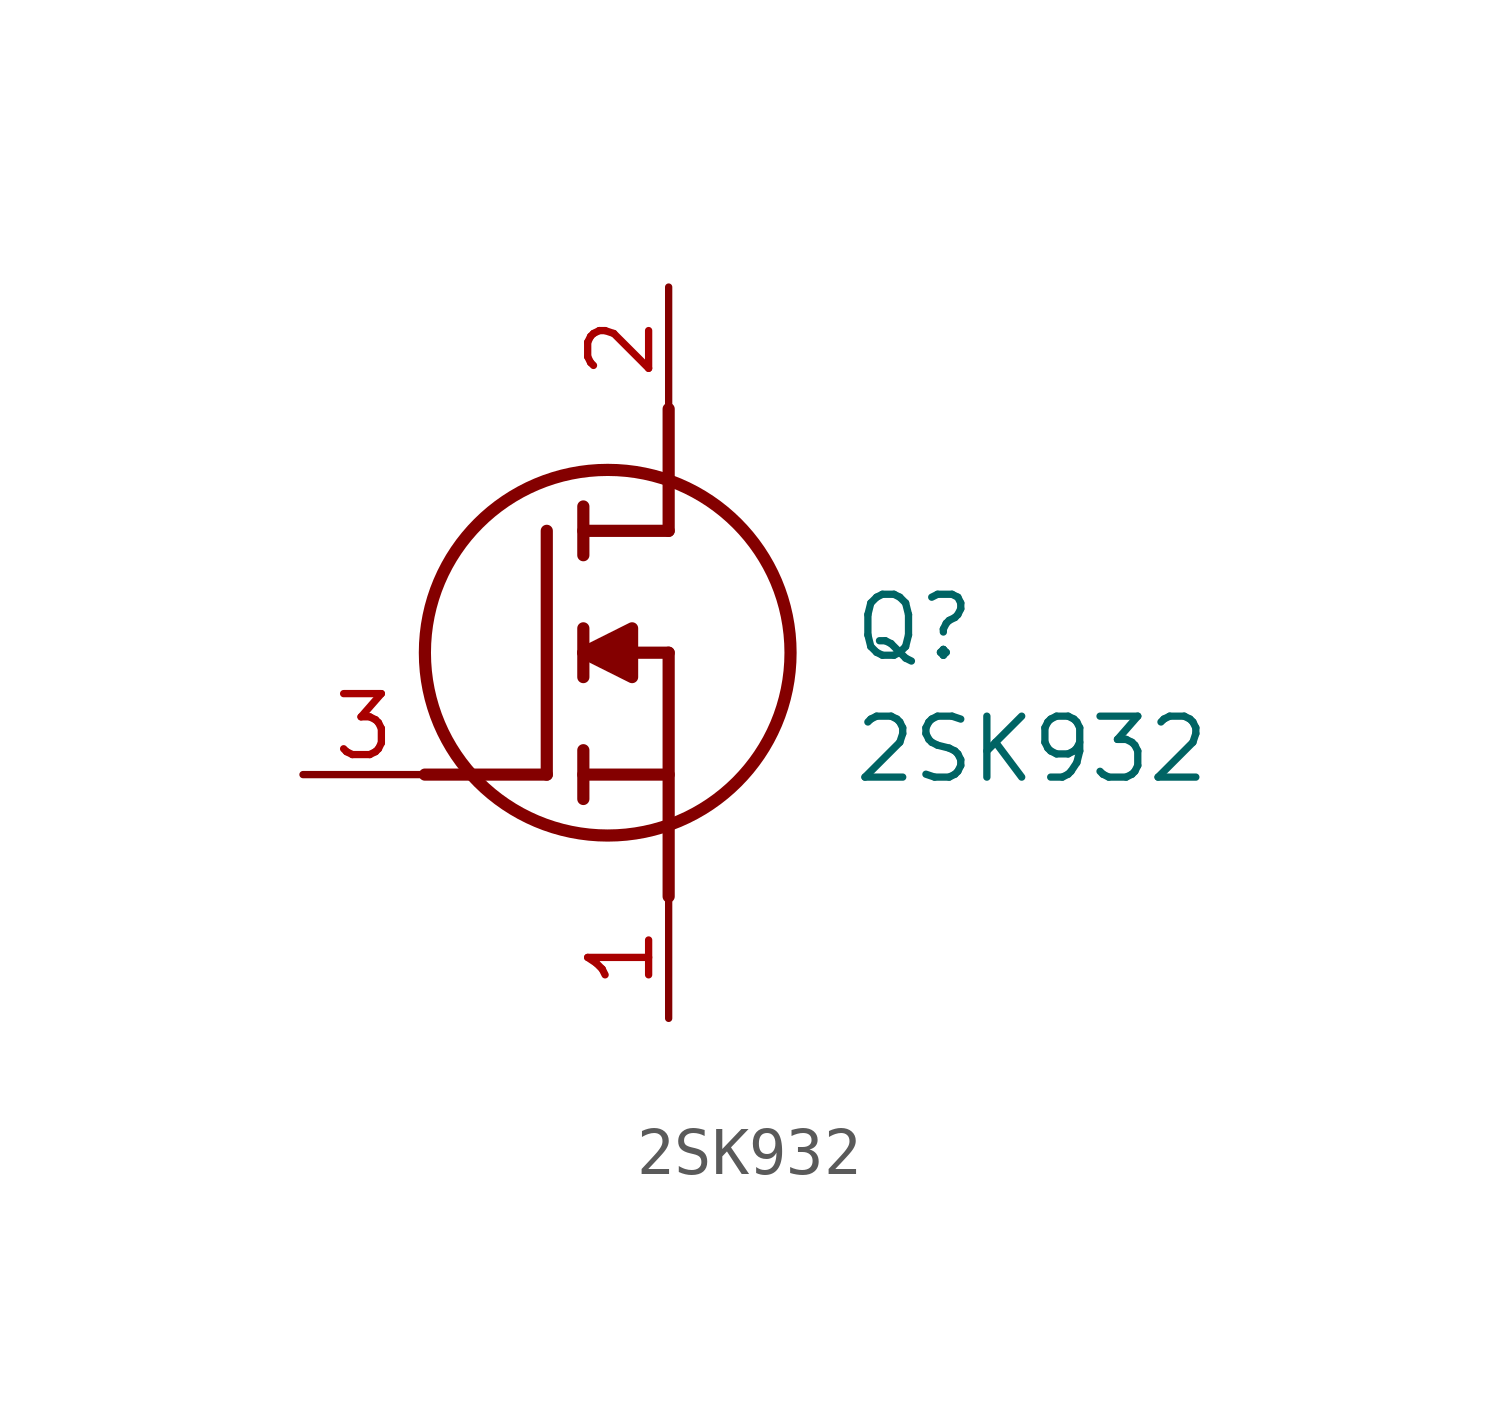
<source format=kicad_sym>
(kicad_symbol_lib
  (version 20220914)
  (generator kicad_symbol_editor)
  (symbol "2SK932"
    (pin_names hide)
    (property "Reference" "Q"
      (at 11.43 3.81 0)
      (effects (font (size 1.27 1.27)) (justify left top)))
    (property "Value" "2SK932"
      (at 11.43 1.27 0)
      (effects (font (size 1.27 1.27)) (justify left top)))
    (symbol "2SK932_1_1"
      (polyline (pts (xy 2.54 0) (xy 5.08 0)) (stroke (width 0.254) (type default)) (fill (type none)))
      (polyline (pts (xy 5.08 5.08) (xy 5.08 0)) (stroke (width 0.254) (type default)) (fill (type none)))
      (polyline (pts (xy 5.842 -0.508) (xy 5.842 0.508)) (stroke (width 0.254) (type default)) (fill (type none)))
      (polyline (pts (xy 5.842 0) (xy 7.62 0)) (stroke (width 0.254) (type default)) (fill (type none)))
      (polyline (pts (xy 5.842 2.032) (xy 5.842 3.048)) (stroke (width 0.254) (type default)) (fill (type none)))
      (polyline (pts (xy 5.842 5.588) (xy 5.842 4.572)) (stroke (width 0.254) (type default)) (fill (type none)))
      (polyline (pts (xy 7.62 2.54) (xy 5.842 2.54)) (stroke (width 0.254) (type default)) (fill (type none)))
      (polyline (pts (xy 7.62 2.54) (xy 7.62 -2.54)) (stroke (width 0.254) (type default)) (fill (type none)))
      (polyline (pts (xy 7.62 5.08) (xy 5.842 5.08)) (stroke (width 0.254) (type default)) (fill (type none)))
      (polyline (pts (xy 7.62 5.08) (xy 7.62 7.62)) (stroke (width 0.254) (type default)) (fill (type none)))
      (polyline (pts (xy 5.842 2.54) (xy 6.858 3.048) (xy 6.858 2.032) (xy 5.842 2.54)) (stroke (width 0.254) (type default)) (fill (type outline)))
      (circle (center 6.35 2.54) (radius 3.81) (stroke (width 0.254) (type default)) (fill (type none)))
      (pin passive line (at 7.62 -5.08 90) (length 2.54) (name "S" (effects (font (size 1.27 1.27)))) (number "1" (effects (font (size 1.27 1.27)))))
      (pin passive line (at 7.62 10.16 270) (length 2.54) (name "D" (effects (font (size 1.27 1.27)))) (number "2" (effects (font (size 1.27 1.27)))))
      (pin passive line (at 0 0 0) (length 2.54) (name "G" (effects (font (size 1.27 1.27)))) (number "3" (effects (font (size 1.27 1.27))))))))
</source>
